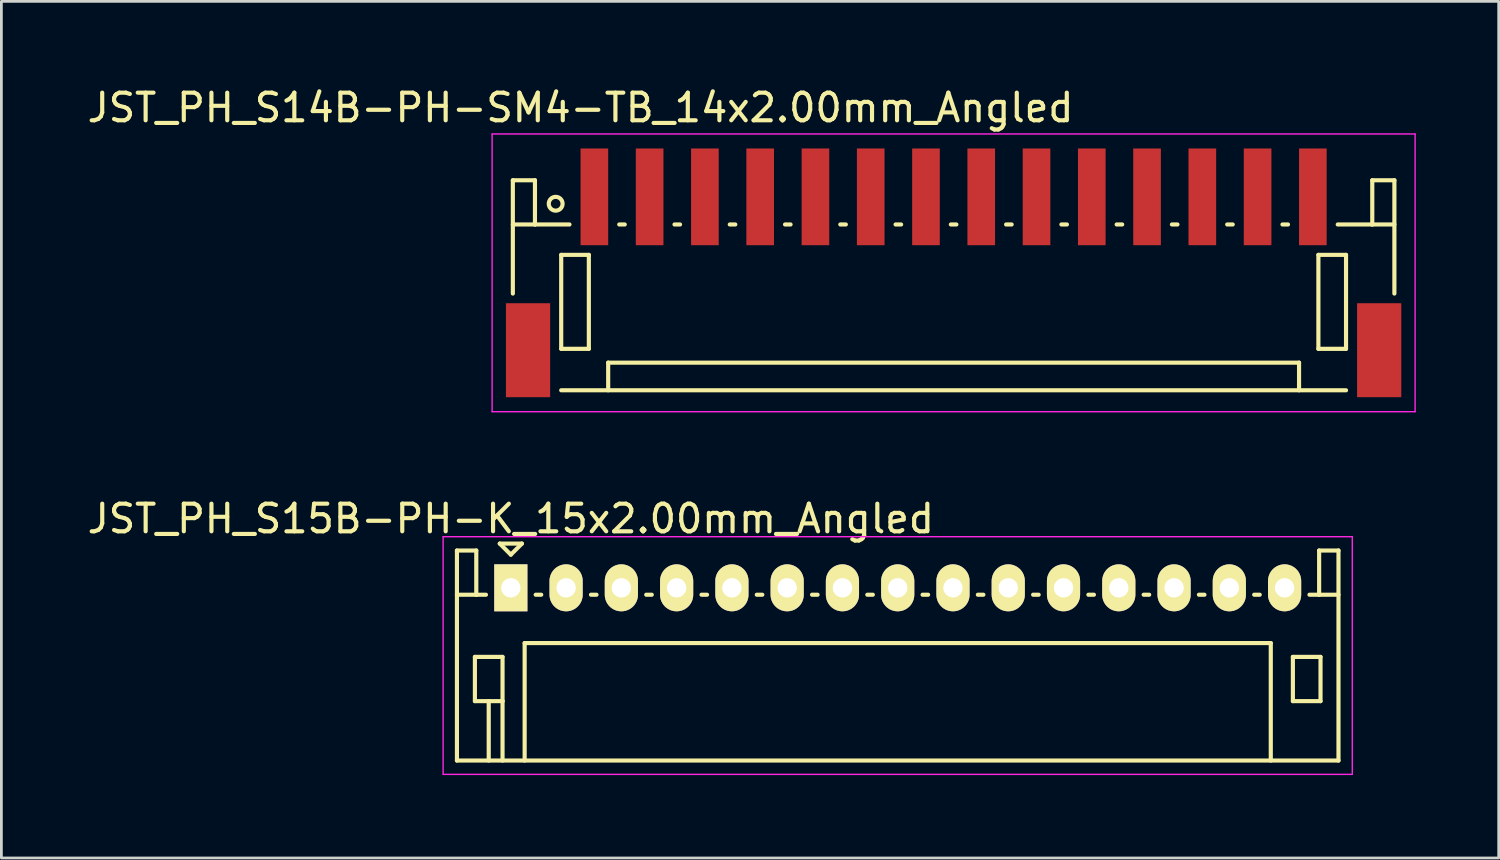
<source format=kicad_pcb>
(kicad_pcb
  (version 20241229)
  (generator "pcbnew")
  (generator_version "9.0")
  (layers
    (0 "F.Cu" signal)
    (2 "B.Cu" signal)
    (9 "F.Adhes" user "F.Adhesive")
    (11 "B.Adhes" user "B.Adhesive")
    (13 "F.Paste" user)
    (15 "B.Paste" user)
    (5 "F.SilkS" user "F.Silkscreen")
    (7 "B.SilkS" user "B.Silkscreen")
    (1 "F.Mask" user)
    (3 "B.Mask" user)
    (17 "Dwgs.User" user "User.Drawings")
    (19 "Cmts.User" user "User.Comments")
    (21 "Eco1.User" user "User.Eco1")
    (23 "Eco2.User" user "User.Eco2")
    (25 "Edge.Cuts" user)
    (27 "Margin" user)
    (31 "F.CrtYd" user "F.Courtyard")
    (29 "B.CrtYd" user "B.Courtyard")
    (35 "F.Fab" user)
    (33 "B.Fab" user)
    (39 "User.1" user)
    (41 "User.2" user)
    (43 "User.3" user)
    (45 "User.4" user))
  (footprint "JST_PH_S14B-PH-SM4-TB_14x2.00mm_Angled"
    (layer "F.Cu")
    (at 31.458 6.848)
    (property "Reference" "JST_PH_S14B-PH-SM4-TB_14x2.00mm_Angled" (at -13.5 -6 0) (layer "F.SilkS") (effects (font (size 1 1) (thickness 0.15))))
    (attr smd)
    (fp_line (start -15.95 -3.375) (end -15.95 0.725) (stroke (width 0.15) (type solid)) (layer "F.SilkS"))
    (fp_line (start -15.15 -3.375) (end -15.95 -3.375) (stroke (width 0.15) (type solid)) (layer "F.SilkS"))
    (fp_line (start -15.15 -1.775) (end -15.95 -1.775) (stroke (width 0.15) (type solid)) (layer "F.SilkS"))
    (fp_line (start -15.15 -1.775) (end -15.15 -3.375) (stroke (width 0.15) (type solid)) (layer "F.SilkS"))
    (fp_line (start -14.2 -0.675) (end -14.2 2.725) (stroke (width 0.15) (type solid)) (layer "F.SilkS"))
    (fp_line (start -14.2 2.725) (end -13.2 2.725) (stroke (width 0.15) (type solid)) (layer "F.SilkS"))
    (fp_line (start -14.2 4.225) (end 14.2 4.225) (stroke (width 0.15) (type solid)) (layer "F.SilkS"))
    (fp_line (start -13.9 -1.775) (end -15.15 -1.775) (stroke (width 0.15) (type solid)) (layer "F.SilkS"))
    (fp_line (start -13.2 -0.675) (end -14.2 -0.675) (stroke (width 0.15) (type solid)) (layer "F.SilkS"))
    (fp_line (start -13.2 2.725) (end -13.2 -0.675) (stroke (width 0.15) (type solid)) (layer "F.SilkS"))
    (fp_line (start -12.5 3.225) (end 12.5 3.225) (stroke (width 0.15) (type solid)) (layer "F.SilkS"))
    (fp_line (start -12.5 4.225) (end -12.5 3.225) (stroke (width 0.15) (type solid)) (layer "F.SilkS"))
    (fp_line (start -12.1 -1.775) (end -11.9 -1.775) (stroke (width 0.15) (type solid)) (layer "F.SilkS"))
    (fp_line (start -10.1 -1.775) (end -9.9 -1.775) (stroke (width 0.15) (type solid)) (layer "F.SilkS"))
    (fp_line (start -8.1 -1.775) (end -7.9 -1.775) (stroke (width 0.15) (type solid)) (layer "F.SilkS"))
    (fp_line (start -6.1 -1.775) (end -5.9 -1.775) (stroke (width 0.15) (type solid)) (layer "F.SilkS"))
    (fp_line (start -4.1 -1.775) (end -3.9 -1.775) (stroke (width 0.15) (type solid)) (layer "F.SilkS"))
    (fp_line (start -2.1 -1.775) (end -1.9 -1.775) (stroke (width 0.15) (type solid)) (layer "F.SilkS"))
    (fp_line (start -0.1 -1.775) (end 0.1 -1.775) (stroke (width 0.15) (type solid)) (layer "F.SilkS"))
    (fp_line (start 1.9 -1.775) (end 2.1 -1.775) (stroke (width 0.15) (type solid)) (layer "F.SilkS"))
    (fp_line (start 3.9 -1.775) (end 4.1 -1.775) (stroke (width 0.15) (type solid)) (layer "F.SilkS"))
    (fp_line (start 5.9 -1.775) (end 6.1 -1.775) (stroke (width 0.15) (type solid)) (layer "F.SilkS"))
    (fp_line (start 7.9 -1.775) (end 8.1 -1.775) (stroke (width 0.15) (type solid)) (layer "F.SilkS"))
    (fp_line (start 9.9 -1.775) (end 10.1 -1.775) (stroke (width 0.15) (type solid)) (layer "F.SilkS"))
    (fp_line (start 11.9 -1.775) (end 12.1 -1.775) (stroke (width 0.15) (type solid)) (layer "F.SilkS"))
    (fp_line (start 12.5 3.225) (end 12.5 4.225) (stroke (width 0.15) (type solid)) (layer "F.SilkS"))
    (fp_line (start 13.2 -0.675) (end 14.2 -0.675) (stroke (width 0.15) (type solid)) (layer "F.SilkS"))
    (fp_line (start 13.2 2.725) (end 13.2 -0.675) (stroke (width 0.15) (type solid)) (layer "F.SilkS"))
    (fp_line (start 13.9 -1.775) (end 15.15 -1.775) (stroke (width 0.15) (type solid)) (layer "F.SilkS"))
    (fp_line (start 14.2 -0.675) (end 14.2 2.725) (stroke (width 0.15) (type solid)) (layer "F.SilkS"))
    (fp_line (start 14.2 2.725) (end 13.2 2.725) (stroke (width 0.15) (type solid)) (layer "F.SilkS"))
    (fp_line (start 15.15 -3.375) (end 15.95 -3.375) (stroke (width 0.15) (type solid)) (layer "F.SilkS"))
    (fp_line (start 15.15 -1.775) (end 15.15 -3.375) (stroke (width 0.15) (type solid)) (layer "F.SilkS"))
    (fp_line (start 15.15 -1.775) (end 15.95 -1.775) (stroke (width 0.15) (type solid)) (layer "F.SilkS"))
    (fp_line (start 15.95 -3.375) (end 15.95 0.725) (stroke (width 0.15) (type solid)) (layer "F.SilkS"))
    (fp_circle (center -14.4 -2.525) (end -14.15 -2.525) (stroke (width 0.15) (type solid)) (fill no) (layer "F.SilkS"))
    (fp_line (start -16.7 -5.05) (end 16.7 -5.05) (stroke (width 0.05) (type solid)) (layer "F.CrtYd"))
    (fp_line (start -16.7 5) (end -16.7 -5.05) (stroke (width 0.05) (type solid)) (layer "F.CrtYd"))
    (fp_line (start 16.7 -5.05) (end 16.7 5) (stroke (width 0.05) (type solid)) (layer "F.CrtYd"))
    (fp_line (start 16.7 5) (end -16.7 5) (stroke (width 0.05) (type solid)) (layer "F.CrtYd"))
    (pad "" smd rect (at -15.4 2.775) (size 1.6 3.4) (layers "F.Cu" "F.Mask" "F.Paste"))
    (pad "" smd rect (at 15.4 2.775) (size 1.6 3.4) (layers "F.Cu" "F.Mask" "F.Paste"))
    (pad "1" smd rect (at -13 -2.775) (size 1 3.5) (layers "F.Cu" "F.Mask" "F.Paste"))
    (pad "2" smd rect (at -11 -2.775) (size 1 3.5) (layers "F.Cu" "F.Mask" "F.Paste"))
    (pad "3" smd rect (at -9 -2.775) (size 1 3.5) (layers "F.Cu" "F.Mask" "F.Paste"))
    (pad "4" smd rect (at -7 -2.775) (size 1 3.5) (layers "F.Cu" "F.Mask" "F.Paste"))
    (pad "5" smd rect (at -5 -2.775) (size 1 3.5) (layers "F.Cu" "F.Mask" "F.Paste"))
    (pad "6" smd rect (at -3 -2.775) (size 1 3.5) (layers "F.Cu" "F.Mask" "F.Paste"))
    (pad "7" smd rect (at -1 -2.775) (size 1 3.5) (layers "F.Cu" "F.Mask" "F.Paste"))
    (pad "8" smd rect (at 1 -2.775) (size 1 3.5) (layers "F.Cu" "F.Mask" "F.Paste"))
    (pad "9" smd rect (at 3 -2.775) (size 1 3.5) (layers "F.Cu" "F.Mask" "F.Paste"))
    (pad "10" smd rect (at 5 -2.775) (size 1 3.5) (layers "F.Cu" "F.Mask" "F.Paste"))
    (pad "11" smd rect (at 7 -2.775) (size 1 3.5) (layers "F.Cu" "F.Mask" "F.Paste"))
    (pad "12" smd rect (at 9 -2.775) (size 1 3.5) (layers "F.Cu" "F.Mask" "F.Paste"))
    (pad "13" smd rect (at 11 -2.775) (size 1 3.5) (layers "F.Cu" "F.Mask" "F.Paste"))
    (pad "14" smd rect (at 13 -2.775) (size 1 3.5) (layers "F.Cu" "F.Mask" "F.Paste")))
  (footprint "JST_PH_S15B-PH-K_15x2.00mm_Angled"
    (layer "F.Cu")
    (at 15.435 18.221)
    (property "Reference" "JST_PH_S15B-PH-K_15x2.00mm_Angled" (at 0 -2.5 0) (layer "F.SilkS") (effects (font (size 1 1) (thickness 0.15))))
    (attr through_hole)
    (fp_line (start -1.95 -1.35) (end -1.95 6.25) (stroke (width 0.15) (type solid)) (layer "F.SilkS"))
    (fp_line (start -1.95 0.25) (end -1.25 0.25) (stroke (width 0.15) (type solid)) (layer "F.SilkS"))
    (fp_line (start -1.95 6.25) (end 29.95 6.25) (stroke (width 0.15) (type solid)) (layer "F.SilkS"))
    (fp_line (start -1.3 2.5) (end -1.3 4.1) (stroke (width 0.15) (type solid)) (layer "F.SilkS"))
    (fp_line (start -1.3 4.1) (end -0.3 4.1) (stroke (width 0.15) (type solid)) (layer "F.SilkS"))
    (fp_line (start -1.25 -1.35) (end -1.95 -1.35) (stroke (width 0.15) (type solid)) (layer "F.SilkS"))
    (fp_line (start -1.25 0.25) (end -1.25 -1.35) (stroke (width 0.15) (type solid)) (layer "F.SilkS"))
    (fp_line (start -0.9 0.25) (end -1.25 0.25) (stroke (width 0.15) (type solid)) (layer "F.SilkS"))
    (fp_line (start -0.8 4.1) (end -0.8 6.25) (stroke (width 0.15) (type solid)) (layer "F.SilkS"))
    (fp_line (start -0.4 -1.6) (end 0.4 -1.6) (stroke (width 0.15) (type solid)) (layer "F.SilkS"))
    (fp_line (start -0.3 2.5) (end -1.3 2.5) (stroke (width 0.15) (type solid)) (layer "F.SilkS"))
    (fp_line (start -0.3 4.1) (end -0.3 2.5) (stroke (width 0.15) (type solid)) (layer "F.SilkS"))
    (fp_line (start -0.3 4.1) (end -0.3 6.25) (stroke (width 0.15) (type solid)) (layer "F.SilkS"))
    (fp_line (start 0 -1.2) (end -0.4 -1.6) (stroke (width 0.15) (type solid)) (layer "F.SilkS"))
    (fp_line (start 0.4 -1.6) (end 0 -1.2) (stroke (width 0.15) (type solid)) (layer "F.SilkS"))
    (fp_line (start 0.5 2) (end 27.5 2) (stroke (width 0.15) (type solid)) (layer "F.SilkS"))
    (fp_line (start 0.5 6.25) (end 0.5 2) (stroke (width 0.15) (type solid)) (layer "F.SilkS"))
    (fp_line (start 0.9 0.25) (end 1.1 0.25) (stroke (width 0.15) (type solid)) (layer "F.SilkS"))
    (fp_line (start 2.9 0.25) (end 3.1 0.25) (stroke (width 0.15) (type solid)) (layer "F.SilkS"))
    (fp_line (start 4.9 0.25) (end 5.1 0.25) (stroke (width 0.15) (type solid)) (layer "F.SilkS"))
    (fp_line (start 6.9 0.25) (end 7.1 0.25) (stroke (width 0.15) (type solid)) (layer "F.SilkS"))
    (fp_line (start 8.9 0.25) (end 9.1 0.25) (stroke (width 0.15) (type solid)) (layer "F.SilkS"))
    (fp_line (start 10.9 0.25) (end 11.1 0.25) (stroke (width 0.15) (type solid)) (layer "F.SilkS"))
    (fp_line (start 12.9 0.25) (end 13.1 0.25) (stroke (width 0.15) (type solid)) (layer "F.SilkS"))
    (fp_line (start 14.9 0.25) (end 15.1 0.25) (stroke (width 0.15) (type solid)) (layer "F.SilkS"))
    (fp_line (start 16.9 0.25) (end 17.1 0.25) (stroke (width 0.15) (type solid)) (layer "F.SilkS"))
    (fp_line (start 18.9 0.25) (end 19.1 0.25) (stroke (width 0.15) (type solid)) (layer "F.SilkS"))
    (fp_line (start 20.9 0.25) (end 21.1 0.25) (stroke (width 0.15) (type solid)) (layer "F.SilkS"))
    (fp_line (start 22.9 0.25) (end 23.1 0.25) (stroke (width 0.15) (type solid)) (layer "F.SilkS"))
    (fp_line (start 24.9 0.25) (end 25.1 0.25) (stroke (width 0.15) (type solid)) (layer "F.SilkS"))
    (fp_line (start 26.9 0.25) (end 27.1 0.25) (stroke (width 0.15) (type solid)) (layer "F.SilkS"))
    (fp_line (start 27.5 2) (end 27.5 6.25) (stroke (width 0.15) (type solid)) (layer "F.SilkS"))
    (fp_line (start 28.3 2.5) (end 29.3 2.5) (stroke (width 0.15) (type solid)) (layer "F.SilkS"))
    (fp_line (start 28.3 4.1) (end 28.3 2.5) (stroke (width 0.15) (type solid)) (layer "F.SilkS"))
    (fp_line (start 29.25 -1.35) (end 29.25 0.25) (stroke (width 0.15) (type solid)) (layer "F.SilkS"))
    (fp_line (start 29.25 0.25) (end 28.9 0.25) (stroke (width 0.15) (type solid)) (layer "F.SilkS"))
    (fp_line (start 29.3 2.5) (end 29.3 4.1) (stroke (width 0.15) (type solid)) (layer "F.SilkS"))
    (fp_line (start 29.3 4.1) (end 28.3 4.1) (stroke (width 0.15) (type solid)) (layer "F.SilkS"))
    (fp_line (start 29.95 -1.35) (end 29.25 -1.35) (stroke (width 0.15) (type solid)) (layer "F.SilkS"))
    (fp_line (start 29.95 0.25) (end 29.25 0.25) (stroke (width 0.15) (type solid)) (layer "F.SilkS"))
    (fp_line (start 29.95 6.25) (end 29.95 -1.35) (stroke (width 0.15) (type solid)) (layer "F.SilkS"))
    (fp_line (start -2.45 -1.85) (end 30.45 -1.85) (stroke (width 0.05) (type solid)) (layer "F.CrtYd"))
    (fp_line (start -2.45 6.75) (end -2.45 -1.85) (stroke (width 0.05) (type solid)) (layer "F.CrtYd"))
    (fp_line (start 30.45 -1.85) (end 30.45 6.75) (stroke (width 0.05) (type solid)) (layer "F.CrtYd"))
    (fp_line (start 30.45 6.75) (end -2.45 6.75) (stroke (width 0.05) (type solid)) (layer "F.CrtYd"))
    (pad "1" thru_hole rect (at 0 0) (size 1.2 1.7) (drill 0.7) (layers "*.Cu" "*.Mask" "F.SilkS"))
    (pad "2" thru_hole oval (at 2 0) (size 1.2 1.7) (drill 0.7) (layers "*.Cu" "*.Mask" "F.SilkS"))
    (pad "3" thru_hole oval (at 4 0) (size 1.2 1.7) (drill 0.7) (layers "*.Cu" "*.Mask" "F.SilkS"))
    (pad "4" thru_hole oval (at 6 0) (size 1.2 1.7) (drill 0.7) (layers "*.Cu" "*.Mask" "F.SilkS"))
    (pad "5" thru_hole oval (at 8 0) (size 1.2 1.7) (drill 0.7) (layers "*.Cu" "*.Mask" "F.SilkS"))
    (pad "6" thru_hole oval (at 10 0) (size 1.2 1.7) (drill 0.7) (layers "*.Cu" "*.Mask" "F.SilkS"))
    (pad "7" thru_hole oval (at 12 0) (size 1.2 1.7) (drill 0.7) (layers "*.Cu" "*.Mask" "F.SilkS"))
    (pad "8" thru_hole oval (at 14 0) (size 1.2 1.7) (drill 0.7) (layers "*.Cu" "*.Mask" "F.SilkS"))
    (pad "9" thru_hole oval (at 16 0) (size 1.2 1.7) (drill 0.7) (layers "*.Cu" "*.Mask" "F.SilkS"))
    (pad "10" thru_hole oval (at 18 0) (size 1.2 1.7) (drill 0.7) (layers "*.Cu" "*.Mask" "F.SilkS"))
    (pad "11" thru_hole oval (at 20 0) (size 1.2 1.7) (drill 0.7) (layers "*.Cu" "*.Mask" "F.SilkS"))
    (pad "12" thru_hole oval (at 22 0) (size 1.2 1.7) (drill 0.7) (layers "*.Cu" "*.Mask" "F.SilkS"))
    (pad "13" thru_hole oval (at 24 0) (size 1.2 1.7) (drill 0.7) (layers "*.Cu" "*.Mask" "F.SilkS"))
    (pad "14" thru_hole oval (at 26 0) (size 1.2 1.7) (drill 0.7) (layers "*.Cu" "*.Mask" "F.SilkS"))
    (pad "15" thru_hole oval (at 28 0) (size 1.2 1.7) (drill 0.7) (layers "*.Cu" "*.Mask" "F.SilkS")))
  (gr_rect
    (start -3 -3)
    (end 51.183 27.997)
    (stroke (width 0.1) (type default))
    (fill no)
    (layer "Edge.Cuts")))
</source>
